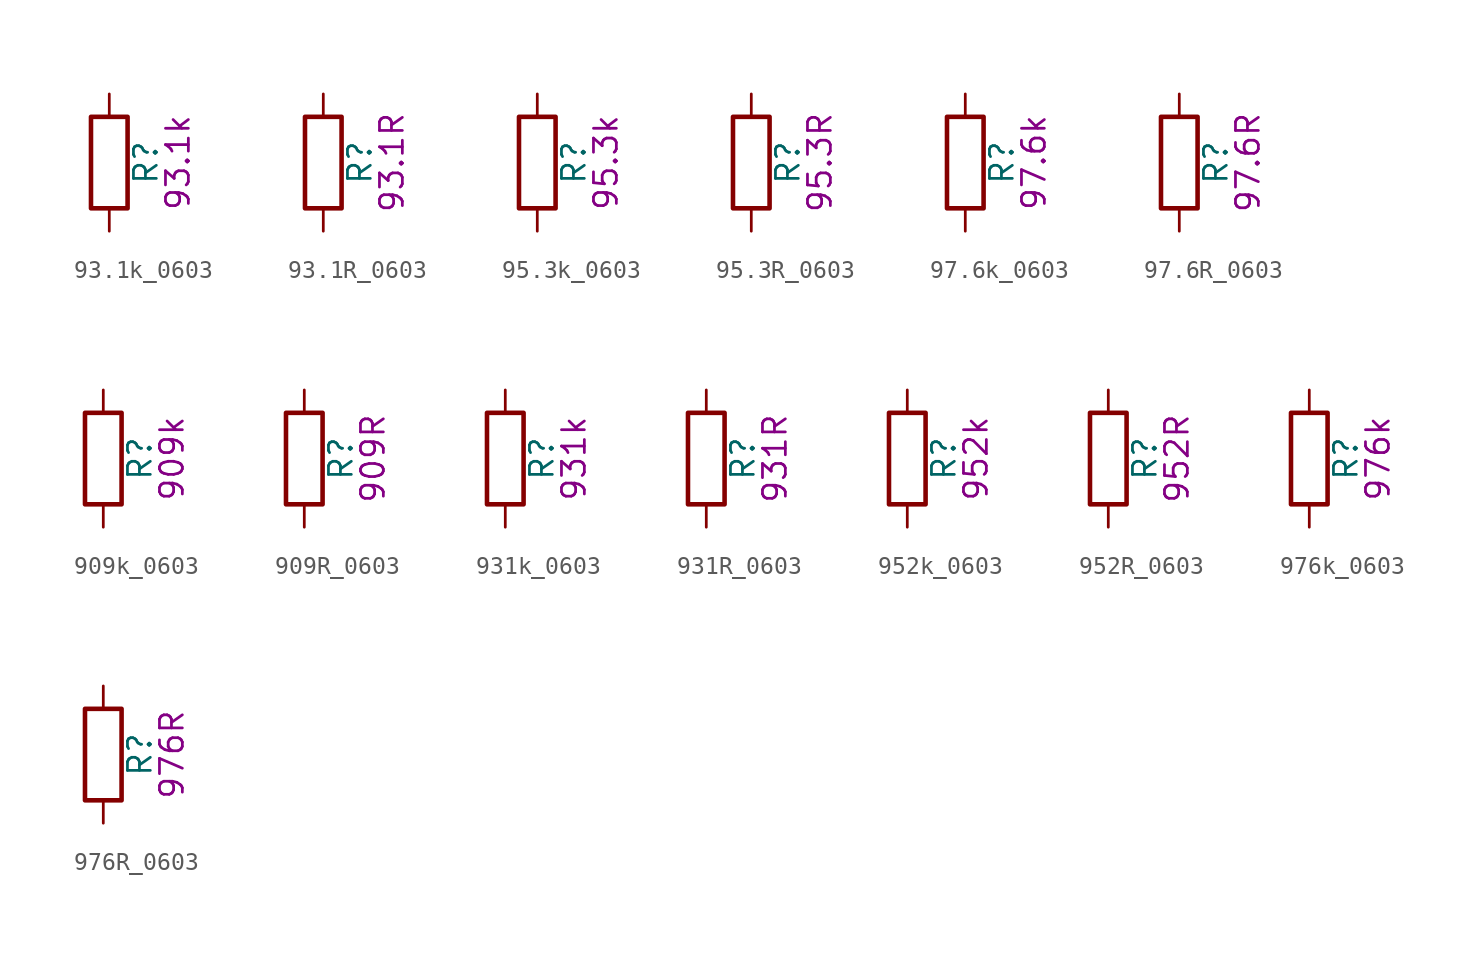
<source format=kicad_sym>
(kicad_symbol_lib
  (version 20211014)
  (generator kicad_symbol_editor)
  (symbol "93.1k_0603"
    (pin_numbers hide)
    (pin_names
      (offset 0))
    (property "Reference" "R"
      (at 2.032 0 90)
      (effects (font (size 1.27 1.27))))
    (property "Display" "93.1k"
      (at 3.81 0 90)
      (effects (font (size 1.27 1.27))))
    (symbol "93.1k_0603_0_1"
      (rectangle (start -1.016 -2.54) (end 1.016 2.54) (stroke (width 0.254) (type default) (color 0 0 0 0)) (fill (type none))))
    (symbol "93.1k_0603_1_1"
      (pin passive line (at 0 3.81 270) (length 1.27) (name "~" (effects (font (size 1.27 1.27)))) (number "1" (effects (font (size 1.27 1.27)))))
      (pin passive line (at 0 -3.81 90) (length 1.27) (name "~" (effects (font (size 1.27 1.27)))) (number "2" (effects (font (size 1.27 1.27)))))))
  (symbol "93.1R_0603"
    (pin_numbers hide)
    (pin_names
      (offset 0))
    (property "Reference" "R"
      (at 2.032 0 90)
      (effects (font (size 1.27 1.27))))
    (property "Display" "93.1R"
      (at 3.81 0 90)
      (effects (font (size 1.27 1.27))))
    (symbol "93.1R_0603_0_1"
      (rectangle (start -1.016 -2.54) (end 1.016 2.54) (stroke (width 0.254) (type default) (color 0 0 0 0)) (fill (type none))))
    (symbol "93.1R_0603_1_1"
      (pin passive line (at 0 3.81 270) (length 1.27) (name "~" (effects (font (size 1.27 1.27)))) (number "1" (effects (font (size 1.27 1.27)))))
      (pin passive line (at 0 -3.81 90) (length 1.27) (name "~" (effects (font (size 1.27 1.27)))) (number "2" (effects (font (size 1.27 1.27)))))))
  (symbol "95.3k_0603"
    (pin_numbers hide)
    (pin_names
      (offset 0))
    (property "Reference" "R"
      (at 2.032 0 90)
      (effects (font (size 1.27 1.27))))
    (property "Display" "95.3k"
      (at 3.81 0 90)
      (effects (font (size 1.27 1.27))))
    (symbol "95.3k_0603_0_1"
      (rectangle (start -1.016 -2.54) (end 1.016 2.54) (stroke (width 0.254) (type default) (color 0 0 0 0)) (fill (type none))))
    (symbol "95.3k_0603_1_1"
      (pin passive line (at 0 3.81 270) (length 1.27) (name "~" (effects (font (size 1.27 1.27)))) (number "1" (effects (font (size 1.27 1.27)))))
      (pin passive line (at 0 -3.81 90) (length 1.27) (name "~" (effects (font (size 1.27 1.27)))) (number "2" (effects (font (size 1.27 1.27)))))))
  (symbol "95.3R_0603"
    (pin_numbers hide)
    (pin_names
      (offset 0))
    (property "Reference" "R"
      (at 2.032 0 90)
      (effects (font (size 1.27 1.27))))
    (property "Display" "95.3R"
      (at 3.81 0 90)
      (effects (font (size 1.27 1.27))))
    (symbol "95.3R_0603_0_1"
      (rectangle (start -1.016 -2.54) (end 1.016 2.54) (stroke (width 0.254) (type default) (color 0 0 0 0)) (fill (type none))))
    (symbol "95.3R_0603_1_1"
      (pin passive line (at 0 3.81 270) (length 1.27) (name "~" (effects (font (size 1.27 1.27)))) (number "1" (effects (font (size 1.27 1.27)))))
      (pin passive line (at 0 -3.81 90) (length 1.27) (name "~" (effects (font (size 1.27 1.27)))) (number "2" (effects (font (size 1.27 1.27)))))))
  (symbol "97.6k_0603"
    (pin_numbers hide)
    (pin_names
      (offset 0))
    (property "Reference" "R"
      (at 2.032 0 90)
      (effects (font (size 1.27 1.27))))
    (property "Display" "97.6k"
      (at 3.81 0 90)
      (effects (font (size 1.27 1.27))))
    (symbol "97.6k_0603_0_1"
      (rectangle (start -1.016 -2.54) (end 1.016 2.54) (stroke (width 0.254) (type default) (color 0 0 0 0)) (fill (type none))))
    (symbol "97.6k_0603_1_1"
      (pin passive line (at 0 3.81 270) (length 1.27) (name "~" (effects (font (size 1.27 1.27)))) (number "1" (effects (font (size 1.27 1.27)))))
      (pin passive line (at 0 -3.81 90) (length 1.27) (name "~" (effects (font (size 1.27 1.27)))) (number "2" (effects (font (size 1.27 1.27)))))))
  (symbol "97.6R_0603"
    (pin_numbers hide)
    (pin_names
      (offset 0))
    (property "Reference" "R"
      (at 2.032 0 90)
      (effects (font (size 1.27 1.27))))
    (property "Display" "97.6R"
      (at 3.81 0 90)
      (effects (font (size 1.27 1.27))))
    (symbol "97.6R_0603_0_1"
      (rectangle (start -1.016 -2.54) (end 1.016 2.54) (stroke (width 0.254) (type default) (color 0 0 0 0)) (fill (type none))))
    (symbol "97.6R_0603_1_1"
      (pin passive line (at 0 3.81 270) (length 1.27) (name "~" (effects (font (size 1.27 1.27)))) (number "1" (effects (font (size 1.27 1.27)))))
      (pin passive line (at 0 -3.81 90) (length 1.27) (name "~" (effects (font (size 1.27 1.27)))) (number "2" (effects (font (size 1.27 1.27)))))))
  (symbol "909k_0603"
    (pin_numbers hide)
    (pin_names
      (offset 0))
    (property "Reference" "R"
      (at 2.032 0 90)
      (effects (font (size 1.27 1.27))))
    (property "Display" "909k"
      (at 3.81 0 90)
      (effects (font (size 1.27 1.27))))
    (symbol "909k_0603_0_1"
      (rectangle (start -1.016 -2.54) (end 1.016 2.54) (stroke (width 0.254) (type default) (color 0 0 0 0)) (fill (type none))))
    (symbol "909k_0603_1_1"
      (pin passive line (at 0 3.81 270) (length 1.27) (name "~" (effects (font (size 1.27 1.27)))) (number "1" (effects (font (size 1.27 1.27)))))
      (pin passive line (at 0 -3.81 90) (length 1.27) (name "~" (effects (font (size 1.27 1.27)))) (number "2" (effects (font (size 1.27 1.27)))))))
  (symbol "909R_0603"
    (pin_numbers hide)
    (pin_names
      (offset 0))
    (property "Reference" "R"
      (at 2.032 0 90)
      (effects (font (size 1.27 1.27))))
    (property "Display" "909R"
      (at 3.81 0 90)
      (effects (font (size 1.27 1.27))))
    (symbol "909R_0603_0_1"
      (rectangle (start -1.016 -2.54) (end 1.016 2.54) (stroke (width 0.254) (type default) (color 0 0 0 0)) (fill (type none))))
    (symbol "909R_0603_1_1"
      (pin passive line (at 0 3.81 270) (length 1.27) (name "~" (effects (font (size 1.27 1.27)))) (number "1" (effects (font (size 1.27 1.27)))))
      (pin passive line (at 0 -3.81 90) (length 1.27) (name "~" (effects (font (size 1.27 1.27)))) (number "2" (effects (font (size 1.27 1.27)))))))
  (symbol "931k_0603"
    (pin_numbers hide)
    (pin_names
      (offset 0))
    (property "Reference" "R"
      (at 2.032 0 90)
      (effects (font (size 1.27 1.27))))
    (property "Display" "931k"
      (at 3.81 0 90)
      (effects (font (size 1.27 1.27))))
    (symbol "931k_0603_0_1"
      (rectangle (start -1.016 -2.54) (end 1.016 2.54) (stroke (width 0.254) (type default) (color 0 0 0 0)) (fill (type none))))
    (symbol "931k_0603_1_1"
      (pin passive line (at 0 3.81 270) (length 1.27) (name "~" (effects (font (size 1.27 1.27)))) (number "1" (effects (font (size 1.27 1.27)))))
      (pin passive line (at 0 -3.81 90) (length 1.27) (name "~" (effects (font (size 1.27 1.27)))) (number "2" (effects (font (size 1.27 1.27)))))))
  (symbol "931R_0603"
    (pin_numbers hide)
    (pin_names
      (offset 0))
    (property "Reference" "R"
      (at 2.032 0 90)
      (effects (font (size 1.27 1.27))))
    (property "Display" "931R"
      (at 3.81 0 90)
      (effects (font (size 1.27 1.27))))
    (symbol "931R_0603_0_1"
      (rectangle (start -1.016 -2.54) (end 1.016 2.54) (stroke (width 0.254) (type default) (color 0 0 0 0)) (fill (type none))))
    (symbol "931R_0603_1_1"
      (pin passive line (at 0 3.81 270) (length 1.27) (name "~" (effects (font (size 1.27 1.27)))) (number "1" (effects (font (size 1.27 1.27)))))
      (pin passive line (at 0 -3.81 90) (length 1.27) (name "~" (effects (font (size 1.27 1.27)))) (number "2" (effects (font (size 1.27 1.27)))))))
  (symbol "952k_0603"
    (pin_numbers hide)
    (pin_names
      (offset 0))
    (property "Reference" "R"
      (at 2.032 0 90)
      (effects (font (size 1.27 1.27))))
    (property "Display" "952k"
      (at 3.81 0 90)
      (effects (font (size 1.27 1.27))))
    (symbol "952k_0603_0_1"
      (rectangle (start -1.016 -2.54) (end 1.016 2.54) (stroke (width 0.254) (type default) (color 0 0 0 0)) (fill (type none))))
    (symbol "952k_0603_1_1"
      (pin passive line (at 0 3.81 270) (length 1.27) (name "~" (effects (font (size 1.27 1.27)))) (number "1" (effects (font (size 1.27 1.27)))))
      (pin passive line (at 0 -3.81 90) (length 1.27) (name "~" (effects (font (size 1.27 1.27)))) (number "2" (effects (font (size 1.27 1.27)))))))
  (symbol "952R_0603"
    (pin_numbers hide)
    (pin_names
      (offset 0))
    (property "Reference" "R"
      (at 2.032 0 90)
      (effects (font (size 1.27 1.27))))
    (property "Display" "952R"
      (at 3.81 0 90)
      (effects (font (size 1.27 1.27))))
    (symbol "952R_0603_0_1"
      (rectangle (start -1.016 -2.54) (end 1.016 2.54) (stroke (width 0.254) (type default) (color 0 0 0 0)) (fill (type none))))
    (symbol "952R_0603_1_1"
      (pin passive line (at 0 3.81 270) (length 1.27) (name "~" (effects (font (size 1.27 1.27)))) (number "1" (effects (font (size 1.27 1.27)))))
      (pin passive line (at 0 -3.81 90) (length 1.27) (name "~" (effects (font (size 1.27 1.27)))) (number "2" (effects (font (size 1.27 1.27)))))))
  (symbol "976k_0603"
    (pin_numbers hide)
    (pin_names
      (offset 0))
    (property "Reference" "R"
      (at 2.032 0 90)
      (effects (font (size 1.27 1.27))))
    (property "Display" "976k"
      (at 3.81 0 90)
      (effects (font (size 1.27 1.27))))
    (symbol "976k_0603_0_1"
      (rectangle (start -1.016 -2.54) (end 1.016 2.54) (stroke (width 0.254) (type default) (color 0 0 0 0)) (fill (type none))))
    (symbol "976k_0603_1_1"
      (pin passive line (at 0 3.81 270) (length 1.27) (name "~" (effects (font (size 1.27 1.27)))) (number "1" (effects (font (size 1.27 1.27)))))
      (pin passive line (at 0 -3.81 90) (length 1.27) (name "~" (effects (font (size 1.27 1.27)))) (number "2" (effects (font (size 1.27 1.27)))))))
  (symbol "976R_0603"
    (pin_numbers hide)
    (pin_names
      (offset 0))
    (property "Reference" "R"
      (at 2.032 0 90)
      (effects (font (size 1.27 1.27))))
    (property "Display" "976R"
      (at 3.81 0 90)
      (effects (font (size 1.27 1.27))))
    (symbol "976R_0603_0_1"
      (rectangle (start -1.016 -2.54) (end 1.016 2.54) (stroke (width 0.254) (type default) (color 0 0 0 0)) (fill (type none))))
    (symbol "976R_0603_1_1"
      (pin passive line (at 0 3.81 270) (length 1.27) (name "~" (effects (font (size 1.27 1.27)))) (number "1" (effects (font (size 1.27 1.27)))))
      (pin passive line (at 0 -3.81 90) (length 1.27) (name "~" (effects (font (size 1.27 1.27)))) (number "2" (effects (font (size 1.27 1.27))))))))
</source>
